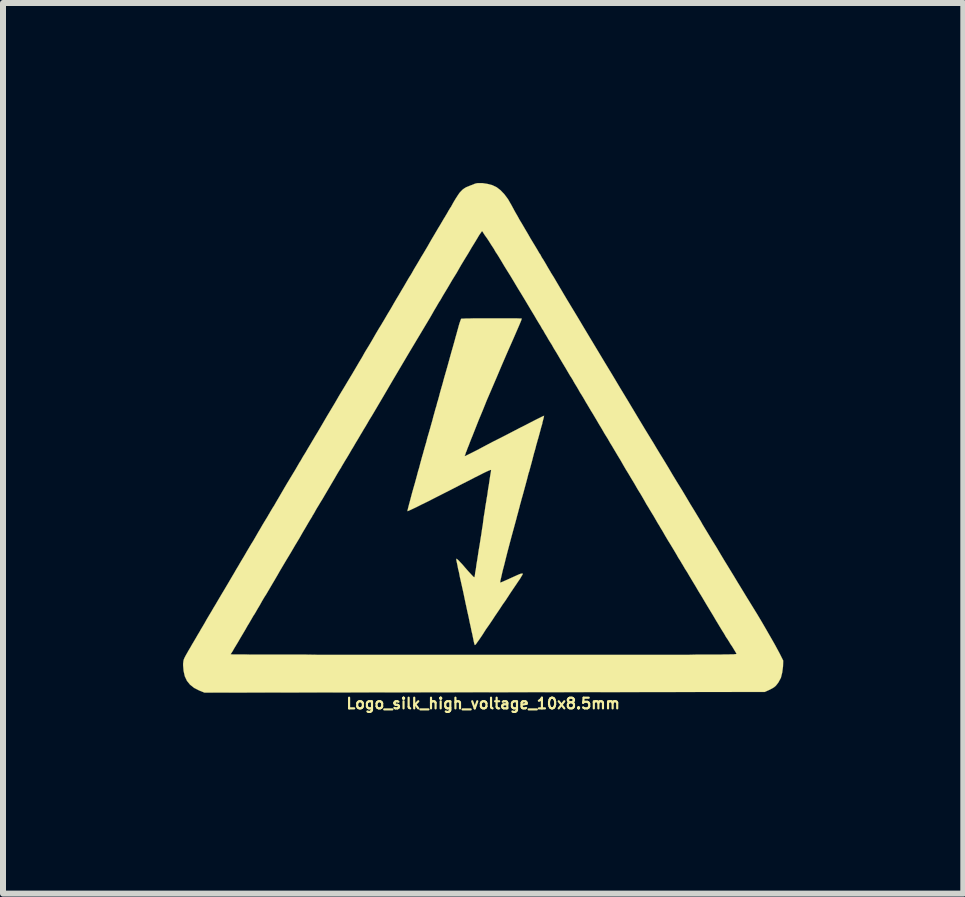
<source format=kicad_pcb>
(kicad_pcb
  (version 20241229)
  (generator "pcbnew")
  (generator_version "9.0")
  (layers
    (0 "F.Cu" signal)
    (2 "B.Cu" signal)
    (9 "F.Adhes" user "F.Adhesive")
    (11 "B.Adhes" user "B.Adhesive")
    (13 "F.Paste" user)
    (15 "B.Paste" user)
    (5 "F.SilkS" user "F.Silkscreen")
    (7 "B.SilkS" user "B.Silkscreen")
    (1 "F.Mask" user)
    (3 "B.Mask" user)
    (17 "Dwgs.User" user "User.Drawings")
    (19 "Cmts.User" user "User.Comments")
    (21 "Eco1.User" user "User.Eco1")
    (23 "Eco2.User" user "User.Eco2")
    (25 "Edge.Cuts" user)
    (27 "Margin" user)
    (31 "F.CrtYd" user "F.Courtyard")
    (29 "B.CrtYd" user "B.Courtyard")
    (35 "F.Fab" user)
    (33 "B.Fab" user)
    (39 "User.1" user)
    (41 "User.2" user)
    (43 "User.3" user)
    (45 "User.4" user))
  (footprint "Logo_silk_high_voltage_10x8.5mm"
    (layer "F.Cu")
    (at 5 4.235)
    (property "Reference" "Logo_silk_high_voltage_10x8.5mm" (at 0 4.437 0) (layer "F.SilkS") (effects (font (size 0.178 0.178) (thickness 0.036))))
    (attr exclude_from_pos_files exclude_from_bom)
    (fp_poly (pts (xy 1.016 -0.358) (xy 1.013 -0.348) (xy 1.008 -0.323) (xy 0.998 -0.284) (xy 0.986 -0.239) (xy 0.986 -0.229) (xy 0.968 -0.17) (xy 0.95 -0.102) (xy 0.93 -0.028) (xy 0.912 0.036) (xy 0.909 0.043) (xy 0.897 0.089) (xy 0.884 0.132) (xy 0.874 0.175) (xy 0.861 0.221) (xy 0.846 0.272) (xy 0.831 0.33) (xy 0.813 0.401) (xy 0.79 0.485) (xy 0.762 0.587) (xy 0.759 0.589) (xy 0.732 0.696) (xy 0.709 0.782) (xy 0.688 0.859) (xy 0.671 0.922) (xy 0.655 0.98) (xy 0.64 1.031) (xy 0.627 1.082) (xy 0.612 1.133) (xy 0.61 1.146) (xy 0.594 1.204) (xy 0.579 1.262) (xy 0.564 1.316) (xy 0.554 1.356) (xy 0.551 1.367) (xy 0.511 1.514) (xy 0.472 1.656) (xy 0.437 1.788) (xy 0.404 1.913) (xy 0.376 2.024) (xy 0.351 2.126) (xy 0.328 2.212) (xy 0.31 2.289) (xy 0.297 2.347) (xy 0.287 2.388) (xy 0.284 2.413) (xy 0.284 2.421) (xy 0.297 2.418) (xy 0.323 2.408) (xy 0.363 2.39) (xy 0.409 2.37) (xy 0.455 2.349) (xy 0.521 2.319) (xy 0.572 2.296) (xy 0.607 2.281) (xy 0.632 2.273) (xy 0.65 2.271) (xy 0.658 2.273) (xy 0.66 2.273) (xy 0.66 2.276) (xy 0.658 2.283) (xy 0.653 2.294) (xy 0.643 2.309) (xy 0.63 2.332) (xy 0.61 2.365) (xy 0.582 2.405) (xy 0.546 2.459) (xy 0.503 2.522) (xy 0.45 2.601) (xy 0.389 2.695) (xy 0.376 2.715) (xy 0.32 2.794) (xy 0.262 2.883) (xy 0.201 2.972) (xy 0.145 3.058) (xy 0.091 3.137) (xy 0.043 3.205) (xy 0.03 3.226) (xy -0.015 3.297) (xy -0.053 3.353) (xy -0.081 3.393) (xy -0.104 3.424) (xy -0.119 3.447) (xy -0.13 3.457) (xy -0.137 3.462) (xy -0.14 3.462) (xy -0.142 3.457) (xy -0.142 3.454) (xy -0.147 3.439) (xy -0.155 3.409) (xy -0.163 3.368) (xy -0.173 3.32) (xy -0.18 3.284) (xy -0.193 3.231) (xy -0.206 3.165) (xy -0.224 3.086) (xy -0.241 3) (xy -0.262 2.908) (xy -0.282 2.814) (xy -0.29 2.779) (xy -0.31 2.682) (xy -0.33 2.586) (xy -0.351 2.492) (xy -0.371 2.403) (xy -0.389 2.324) (xy -0.401 2.258) (xy -0.414 2.205) (xy -0.417 2.195) (xy -0.427 2.139) (xy -0.437 2.093) (xy -0.445 2.055) (xy -0.447 2.032) (xy -0.447 2.027) (xy -0.439 2.027) (xy -0.429 2.035) (xy -0.409 2.052) (xy -0.381 2.083) (xy -0.343 2.123) (xy -0.297 2.177) (xy -0.246 2.235) (xy -0.208 2.276) (xy -0.18 2.306) (xy -0.163 2.324) (xy -0.15 2.332) (xy -0.145 2.332) (xy -0.142 2.322) (xy -0.137 2.294) (xy -0.132 2.253) (xy -0.122 2.2) (xy -0.114 2.141) (xy -0.112 2.123) (xy -0.099 2.047) (xy -0.086 1.963) (xy -0.074 1.882) (xy -0.061 1.808) (xy -0.053 1.758) (xy -0.043 1.692) (xy -0.03 1.613) (xy -0.018 1.529) (xy -0.005 1.45) (xy 0 1.407) (xy 0.01 1.328) (xy 0.025 1.24) (xy 0.038 1.148) (xy 0.053 1.062) (xy 0.058 1.026) (xy 0.071 0.953) (xy 0.081 0.876) (xy 0.094 0.8) (xy 0.104 0.734) (xy 0.109 0.696) (xy 0.117 0.645) (xy 0.124 0.602) (xy 0.13 0.569) (xy 0.132 0.554) (xy 0.132 0.551) (xy 0.132 0.546) (xy 0.124 0.544) (xy 0.112 0.549) (xy 0.086 0.559) (xy 0.053 0.574) (xy 0.005 0.597) (xy -0.053 0.627) (xy -0.13 0.665) (xy -0.173 0.688) (xy -0.358 0.782) (xy -0.526 0.869) (xy -0.676 0.945) (xy -0.81 1.013) (xy -0.925 1.072) (xy -1.024 1.12) (xy -1.105 1.161) (xy -1.168 1.191) (xy -1.217 1.214) (xy -1.247 1.227) (xy -1.26 1.232) (xy -1.26 1.229) (xy -1.26 1.217) (xy -1.252 1.186) (xy -1.24 1.138) (xy -1.224 1.079) (xy -1.206 1.011) (xy -1.186 0.935) (xy -1.163 0.853) (xy -1.138 0.767) (xy -1.12 0.701) (xy -1.102 0.635) (xy -1.085 0.569) (xy -1.067 0.511) (xy -1.054 0.46) (xy -1.046 0.429) (xy -1.034 0.386) (xy -1.019 0.33) (xy -1.001 0.269) (xy -0.986 0.213) (xy -0.968 0.15) (xy -0.947 0.079) (xy -0.93 0.01) (xy -0.917 -0.033) (xy -0.902 -0.084) (xy -0.884 -0.147) (xy -0.864 -0.218) (xy -0.843 -0.292) (xy -0.831 -0.34) (xy -0.813 -0.404) (xy -0.795 -0.47) (xy -0.777 -0.528) (xy -0.765 -0.579) (xy -0.754 -0.61) (xy -0.747 -0.638) (xy -0.734 -0.683) (xy -0.719 -0.742) (xy -0.699 -0.813) (xy -0.676 -0.892) (xy -0.653 -0.978) (xy -0.627 -1.069) (xy -0.615 -1.11) (xy -0.587 -1.209) (xy -0.559 -1.311) (xy -0.531 -1.412) (xy -0.503 -1.509) (xy -0.478 -1.598) (xy -0.457 -1.676) (xy -0.439 -1.737) (xy -0.437 -1.748) (xy -0.419 -1.811) (xy -0.404 -1.867) (xy -0.389 -1.915) (xy -0.376 -1.951) (xy -0.368 -1.971) (xy -0.366 -1.974) (xy -0.353 -1.976) (xy -0.325 -1.976) (xy -0.279 -1.979) (xy -0.221 -1.979) (xy -0.152 -1.981) (xy -0.076 -1.981) (xy 0.003 -1.981) (xy 0.089 -1.981) (xy 0.175 -1.981) (xy 0.264 -1.981) (xy 0.345 -1.981) (xy 0.424 -1.981) (xy 0.493 -1.981) (xy 0.551 -1.981) (xy 0.597 -1.979) (xy 0.627 -1.979) (xy 0.643 -1.976) (xy 0.64 -1.966) (xy 0.632 -1.941) (xy 0.617 -1.905) (xy 0.602 -1.869) (xy 0.503 -1.641) (xy 0.404 -1.417) (xy 0.312 -1.204) (xy 0.224 -0.996) (xy 0.14 -0.8) (xy 0.061 -0.617) (xy -0.008 -0.445) (xy -0.074 -0.287) (xy -0.13 -0.145) (xy -0.18 -0.018) (xy -0.193 0.013) (xy -0.218 0.076) (xy -0.241 0.137) (xy -0.262 0.188) (xy -0.277 0.231) (xy -0.29 0.259) (xy -0.29 0.264) (xy -0.3 0.292) (xy -0.307 0.31) (xy -0.307 0.315) (xy -0.297 0.312) (xy -0.272 0.3) (xy -0.229 0.279) (xy -0.173 0.251) (xy -0.104 0.216) (xy -0.023 0.173) (xy 0.069 0.124) (xy 0.17 0.071) (xy 0.282 0.015) (xy 0.401 -0.046) (xy 0.424 -0.058) (xy 0.518 -0.107) (xy 0.61 -0.155) (xy 0.696 -0.198) (xy 0.775 -0.239) (xy 0.843 -0.274) (xy 0.904 -0.305) (xy 0.955 -0.33) (xy 0.991 -0.348) (xy 1.011 -0.356) (xy 1.016 -0.358)) (stroke (width 0.003) (type solid)) (fill yes) (layer "F.SilkS"))
    (fp_poly (pts (xy 4.999 3.721) (xy 4.996 3.82) (xy 4.983 3.919) (xy 4.961 4.008) (xy 4.92 4.084) (xy 4.897 4.115) (xy 4.874 4.143) (xy 4.846 4.166) (xy 4.813 4.186) (xy 4.775 4.206) (xy 4.691 4.244) (xy 4.221 4.244) (xy 4.221 3.609) (xy 4.214 3.594) (xy 4.199 3.569) (xy 4.176 3.531) (xy 4.148 3.485) (xy 4.13 3.459) (xy 4.112 3.432) (xy 4.1 3.409) (xy 4.084 3.386) (xy 4.072 3.365) (xy 4.056 3.343) (xy 4.041 3.32) (xy 4.026 3.292) (xy 4.006 3.259) (xy 3.98 3.218) (xy 3.952 3.172) (xy 3.919 3.117) (xy 3.879 3.051) (xy 3.833 2.972) (xy 3.777 2.88) (xy 3.713 2.774) (xy 3.647 2.662) (xy 3.589 2.568) (xy 3.536 2.477) (xy 3.485 2.393) (xy 3.439 2.316) (xy 3.399 2.248) (xy 3.363 2.192) (xy 3.338 2.149) (xy 3.32 2.118) (xy 3.31 2.103) (xy 3.299 2.083) (xy 3.279 2.05) (xy 3.251 2.007) (xy 3.221 1.953) (xy 3.188 1.897) (xy 3.17 1.867) (xy 3.127 1.796) (xy 3.078 1.717) (xy 3.03 1.636) (xy 2.987 1.56) (xy 2.946 1.494) (xy 2.946 1.491) (xy 2.908 1.43) (xy 2.87 1.364) (xy 2.835 1.303) (xy 2.802 1.25) (xy 2.779 1.212) (xy 2.753 1.168) (xy 2.72 1.115) (xy 2.685 1.052) (xy 2.647 0.986) (xy 2.609 0.922) (xy 2.606 0.919) (xy 2.565 0.851) (xy 2.52 0.772) (xy 2.469 0.688) (xy 2.421 0.607) (xy 2.377 0.536) (xy 2.337 0.467) (xy 2.291 0.386) (xy 2.24 0.302) (xy 2.189 0.216) (xy 2.141 0.135) (xy 2.118 0.099) (xy 2.075 0.023) (xy 2.024 -0.058) (xy 1.974 -0.145) (xy 1.925 -0.226) (xy 1.882 -0.3) (xy 1.864 -0.33) (xy 1.829 -0.389) (xy 1.796 -0.442) (xy 1.768 -0.49) (xy 1.745 -0.528) (xy 1.73 -0.554) (xy 1.727 -0.559) (xy 1.714 -0.579) (xy 1.694 -0.615) (xy 1.669 -0.658) (xy 1.638 -0.709) (xy 1.615 -0.744) (xy 1.585 -0.798) (xy 1.557 -0.846) (xy 1.532 -0.886) (xy 1.514 -0.917) (xy 1.506 -0.93) (xy 1.496 -0.95) (xy 1.476 -0.983) (xy 1.448 -1.026) (xy 1.417 -1.079) (xy 1.384 -1.135) (xy 1.369 -1.161) (xy 1.326 -1.232) (xy 1.278 -1.313) (xy 1.227 -1.4) (xy 1.176 -1.483) (xy 1.133 -1.56) (xy 1.13 -1.562) (xy 1.092 -1.623) (xy 1.059 -1.681) (xy 1.026 -1.735) (xy 1.001 -1.781) (xy 0.98 -1.811) (xy 0.975 -1.821) (xy 0.958 -1.852) (xy 0.93 -1.897) (xy 0.894 -1.956) (xy 0.853 -2.027) (xy 0.805 -2.106) (xy 0.752 -2.195) (xy 0.696 -2.289) (xy 0.638 -2.385) (xy 0.577 -2.484) (xy 0.518 -2.583) (xy 0.46 -2.68) (xy 0.401 -2.774) (xy 0.348 -2.86) (xy 0.3 -2.941) (xy 0.257 -3.012) (xy 0.218 -3.073) (xy 0.213 -3.078) (xy 0.175 -3.145) (xy 0.135 -3.205) (xy 0.097 -3.266) (xy 0.061 -3.32) (xy 0.028 -3.365) (xy 0.005 -3.401) (xy -0.01 -3.426) (xy -0.02 -3.434) (xy -0.025 -3.426) (xy -0.043 -3.401) (xy -0.069 -3.363) (xy -0.102 -3.307) (xy -0.142 -3.241) (xy -0.191 -3.162) (xy -0.244 -3.071) (xy -0.305 -2.972) (xy -0.371 -2.863) (xy -0.439 -2.743) (xy -0.516 -2.619) (xy -0.592 -2.489) (xy -0.673 -2.355) (xy -0.714 -2.283) (xy -0.729 -2.261) (xy -0.752 -2.223) (xy -0.78 -2.174) (xy -0.815 -2.116) (xy -0.851 -2.052) (xy -0.889 -1.986) (xy -1.059 -1.702) (xy -1.222 -1.43) (xy -1.377 -1.168) (xy -1.527 -0.914) (xy -1.671 -0.668) (xy -1.816 -0.422) (xy -1.857 -0.353) (xy -1.895 -0.292) (xy -1.93 -0.231) (xy -1.963 -0.175) (xy -1.991 -0.13) (xy -2.012 -0.094) (xy -2.017 -0.084) (xy -2.035 -0.056) (xy -2.06 -0.013) (xy -2.09 0.038) (xy -2.126 0.097) (xy -2.164 0.163) (xy -2.192 0.208) (xy -2.23 0.274) (xy -2.268 0.338) (xy -2.304 0.396) (xy -2.334 0.447) (xy -2.357 0.485) (xy -2.367 0.505) (xy -2.39 0.541) (xy -2.418 0.587) (xy -2.449 0.64) (xy -2.479 0.693) (xy -2.484 0.701) (xy -2.532 0.782) (xy -2.581 0.866) (xy -2.629 0.947) (xy -2.675 1.026) (xy -2.718 1.095) (xy -2.751 1.151) (xy -2.764 1.171) (xy -2.789 1.214) (xy -2.814 1.26) (xy -2.837 1.298) (xy -2.84 1.3) (xy -2.852 1.326) (xy -2.878 1.367) (xy -2.911 1.422) (xy -2.954 1.496) (xy -3.005 1.582) (xy -3.063 1.684) (xy -3.132 1.798) (xy -3.205 1.923) (xy -3.289 2.062) (xy -3.378 2.212) (xy -3.381 2.217) (xy -3.426 2.296) (xy -3.475 2.38) (xy -3.526 2.466) (xy -3.574 2.548) (xy -3.617 2.621) (xy -3.645 2.664) (xy -3.683 2.728) (xy -3.721 2.797) (xy -3.759 2.86) (xy -3.792 2.918) (xy -3.82 2.964) (xy -3.825 2.969) (xy -3.853 3.018) (xy -3.881 3.066) (xy -3.904 3.106) (xy -3.922 3.134) (xy -3.962 3.205) (xy -4.003 3.274) (xy -4.044 3.343) (xy -4.082 3.409) (xy -4.117 3.467) (xy -4.148 3.518) (xy -4.171 3.559) (xy -4.188 3.586) (xy -4.196 3.599) (xy -4.199 3.599) (xy -4.206 3.614) (xy -4.206 3.617) (xy -4.196 3.617) (xy -4.168 3.619) (xy -4.12 3.619) (xy -4.054 3.619) (xy -3.97 3.619) (xy -3.868 3.622) (xy -3.754 3.622) (xy -3.622 3.622) (xy -3.475 3.622) (xy -3.315 3.622) (xy -3.139 3.622) (xy -2.951 3.622) (xy -2.753 3.625) (xy -2.543 3.625) (xy -2.319 3.625) (xy -2.088 3.625) (xy -1.847 3.625) (xy -1.595 3.625) (xy -1.336 3.625) (xy -1.072 3.625) (xy -0.798 3.625) (xy -0.518 3.625) (xy -0.231 3.625) (xy 0.01 3.625) (xy 0.358 3.625) (xy 0.686 3.625) (xy 0.993 3.625) (xy 1.283 3.625) (xy 1.557 3.625) (xy 1.811 3.625) (xy 2.05 3.625) (xy 2.273 3.625) (xy 2.482 3.625) (xy 2.672 3.625) (xy 2.85 3.625) (xy 3.012 3.625) (xy 3.165 3.625) (xy 3.302 3.625) (xy 3.426 3.625) (xy 3.541 3.622) (xy 3.642 3.622) (xy 3.734 3.622) (xy 3.815 3.622) (xy 3.889 3.622) (xy 3.952 3.622) (xy 4.008 3.619) (xy 4.054 3.619) (xy 4.094 3.619) (xy 4.128 3.617) (xy 4.155 3.617) (xy 4.178 3.617) (xy 4.194 3.614) (xy 4.206 3.614) (xy 4.214 3.612) (xy 4.219 3.612) (xy 4.221 3.609) (xy 4.221 4.244) (xy 0.023 4.249) (xy -4.643 4.255) (xy -4.732 4.219) (xy -4.816 4.176) (xy -4.884 4.122) (xy -4.935 4.059) (xy -4.971 3.983) (xy -4.991 3.894) (xy -4.999 3.8) (xy -4.999 3.772) (xy -4.996 3.749) (xy -4.994 3.729) (xy -4.989 3.706) (xy -4.978 3.68) (xy -4.963 3.65) (xy -4.94 3.609) (xy -4.912 3.559) (xy -4.874 3.495) (xy -4.854 3.459) (xy -4.821 3.404) (xy -4.788 3.348) (xy -4.76 3.299) (xy -4.737 3.261) (xy -4.722 3.236) (xy -4.704 3.203) (xy -4.676 3.157) (xy -4.643 3.101) (xy -4.608 3.038) (xy -4.567 2.969) (xy -4.526 2.901) (xy -4.488 2.835) (xy -4.481 2.824) (xy -4.458 2.786) (xy -4.43 2.738) (xy -4.397 2.682) (xy -4.361 2.621) (xy -4.326 2.563) (xy -4.285 2.494) (xy -4.239 2.416) (xy -4.191 2.334) (xy -4.145 2.256) (xy -4.117 2.207) (xy -4.079 2.144) (xy -4.039 2.075) (xy -3.998 2.007) (xy -3.962 1.946) (xy -3.937 1.902) (xy -3.907 1.852) (xy -3.871 1.791) (xy -3.83 1.725) (xy -3.79 1.656) (xy -3.754 1.593) (xy -3.716 1.529) (xy -3.678 1.463) (xy -3.64 1.4) (xy -3.607 1.346) (xy -3.581 1.303) (xy -3.581 1.3) (xy -3.566 1.278) (xy -3.551 1.25) (xy -3.531 1.217) (xy -3.51 1.181) (xy -3.482 1.138) (xy -3.452 1.085) (xy -3.416 1.024) (xy -3.376 0.955) (xy -3.327 0.871) (xy -3.272 0.777) (xy -3.208 0.671) (xy -3.134 0.549) (xy -3.053 0.409) (xy -3.048 0.404) (xy -3.005 0.328) (xy -2.959 0.254) (xy -2.916 0.18) (xy -2.878 0.117) (xy -2.845 0.061) (xy -2.819 0.018) (xy -2.809 0) (xy -2.789 -0.033) (xy -2.761 -0.079) (xy -2.725 -0.14) (xy -2.685 -0.208) (xy -2.642 -0.282) (xy -2.596 -0.361) (xy -2.555 -0.429) (xy -2.471 -0.569) (xy -2.393 -0.704) (xy -2.316 -0.831) (xy -2.245 -0.95) (xy -2.179 -1.059) (xy -2.121 -1.158) (xy -2.07 -1.245) (xy -2.029 -1.313) (xy -2.007 -1.351) (xy -1.989 -1.384) (xy -1.961 -1.433) (xy -1.925 -1.491) (xy -1.882 -1.562) (xy -1.836 -1.641) (xy -1.788 -1.725) (xy -1.737 -1.811) (xy -1.699 -1.872) (xy -1.646 -1.961) (xy -1.593 -2.052) (xy -1.539 -2.141) (xy -1.491 -2.225) (xy -1.445 -2.304) (xy -1.405 -2.37) (xy -1.374 -2.423) (xy -1.359 -2.449) (xy -1.321 -2.512) (xy -1.28 -2.583) (xy -1.24 -2.652) (xy -1.201 -2.713) (xy -1.181 -2.748) (xy -1.151 -2.802) (xy -1.113 -2.865) (xy -1.072 -2.934) (xy -1.031 -3.005) (xy -1.001 -3.053) (xy -0.927 -3.178) (xy -0.864 -3.289) (xy -0.805 -3.388) (xy -0.754 -3.475) (xy -0.711 -3.546) (xy -0.678 -3.602) (xy -0.655 -3.642) (xy -0.64 -3.665) (xy -0.625 -3.691) (xy -0.602 -3.729) (xy -0.577 -3.774) (xy -0.546 -3.825) (xy -0.538 -3.835) (xy -0.493 -3.917) (xy -0.455 -3.98) (xy -0.422 -4.031) (xy -0.394 -4.072) (xy -0.366 -4.102) (xy -0.34 -4.128) (xy -0.312 -4.148) (xy -0.282 -4.166) (xy -0.244 -4.181) (xy -0.201 -4.199) (xy -0.193 -4.201) (xy -0.15 -4.219) (xy -0.119 -4.229) (xy -0.089 -4.234) (xy -0.058 -4.234) (xy -0.013 -4.234) (xy 0.071 -4.221) (xy 0.15 -4.201) (xy 0.224 -4.166) (xy 0.29 -4.115) (xy 0.353 -4.049) (xy 0.414 -3.967) (xy 0.472 -3.866) (xy 0.505 -3.805) (xy 0.518 -3.78) (xy 0.541 -3.739) (xy 0.572 -3.686) (xy 0.607 -3.622) (xy 0.65 -3.551) (xy 0.696 -3.472) (xy 0.744 -3.391) (xy 0.792 -3.307) (xy 0.843 -3.223) (xy 0.892 -3.142) (xy 0.935 -3.068) (xy 0.953 -3.043) (xy 0.975 -3) (xy 1.008 -2.949) (xy 1.044 -2.888) (xy 1.082 -2.822) (xy 1.123 -2.753) (xy 1.125 -2.748) (xy 1.179 -2.662) (xy 1.24 -2.558) (xy 1.311 -2.438) (xy 1.389 -2.306) (xy 1.478 -2.159) (xy 1.575 -1.999) (xy 1.676 -1.829) (xy 1.786 -1.646) (xy 1.902 -1.453) (xy 2.024 -1.25) (xy 2.151 -1.041) (xy 2.281 -0.823) (xy 2.418 -0.597) (xy 2.555 -0.368) (xy 2.697 -0.132) (xy 2.842 0.104) (xy 2.878 0.165) (xy 2.941 0.269) (xy 3.01 0.381) (xy 3.084 0.503) (xy 3.157 0.627) (xy 3.233 0.752) (xy 3.31 0.876) (xy 3.383 0.998) (xy 3.452 1.115) (xy 3.518 1.222) (xy 3.576 1.318) (xy 3.627 1.402) (xy 3.655 1.453) (xy 3.741 1.595) (xy 3.818 1.722) (xy 3.889 1.836) (xy 3.952 1.943) (xy 4.011 2.042) (xy 4.069 2.136) (xy 4.125 2.228) (xy 4.181 2.319) (xy 4.239 2.416) (xy 4.293 2.504) (xy 4.394 2.67) (xy 4.486 2.819) (xy 4.569 2.954) (xy 4.643 3.078) (xy 4.707 3.188) (xy 4.765 3.289) (xy 4.818 3.381) (xy 4.864 3.462) (xy 4.905 3.538) (xy 4.938 3.599) (xy 4.999 3.721)) (stroke (width 0.003) (type solid)) (fill yes) (layer "F.SilkS")))
  (gr_rect
    (start -3 -3)
    (end 13 11.839)
    (stroke (width 0.1) (type default))
    (fill no)
    (layer "Edge.Cuts")))
</source>
